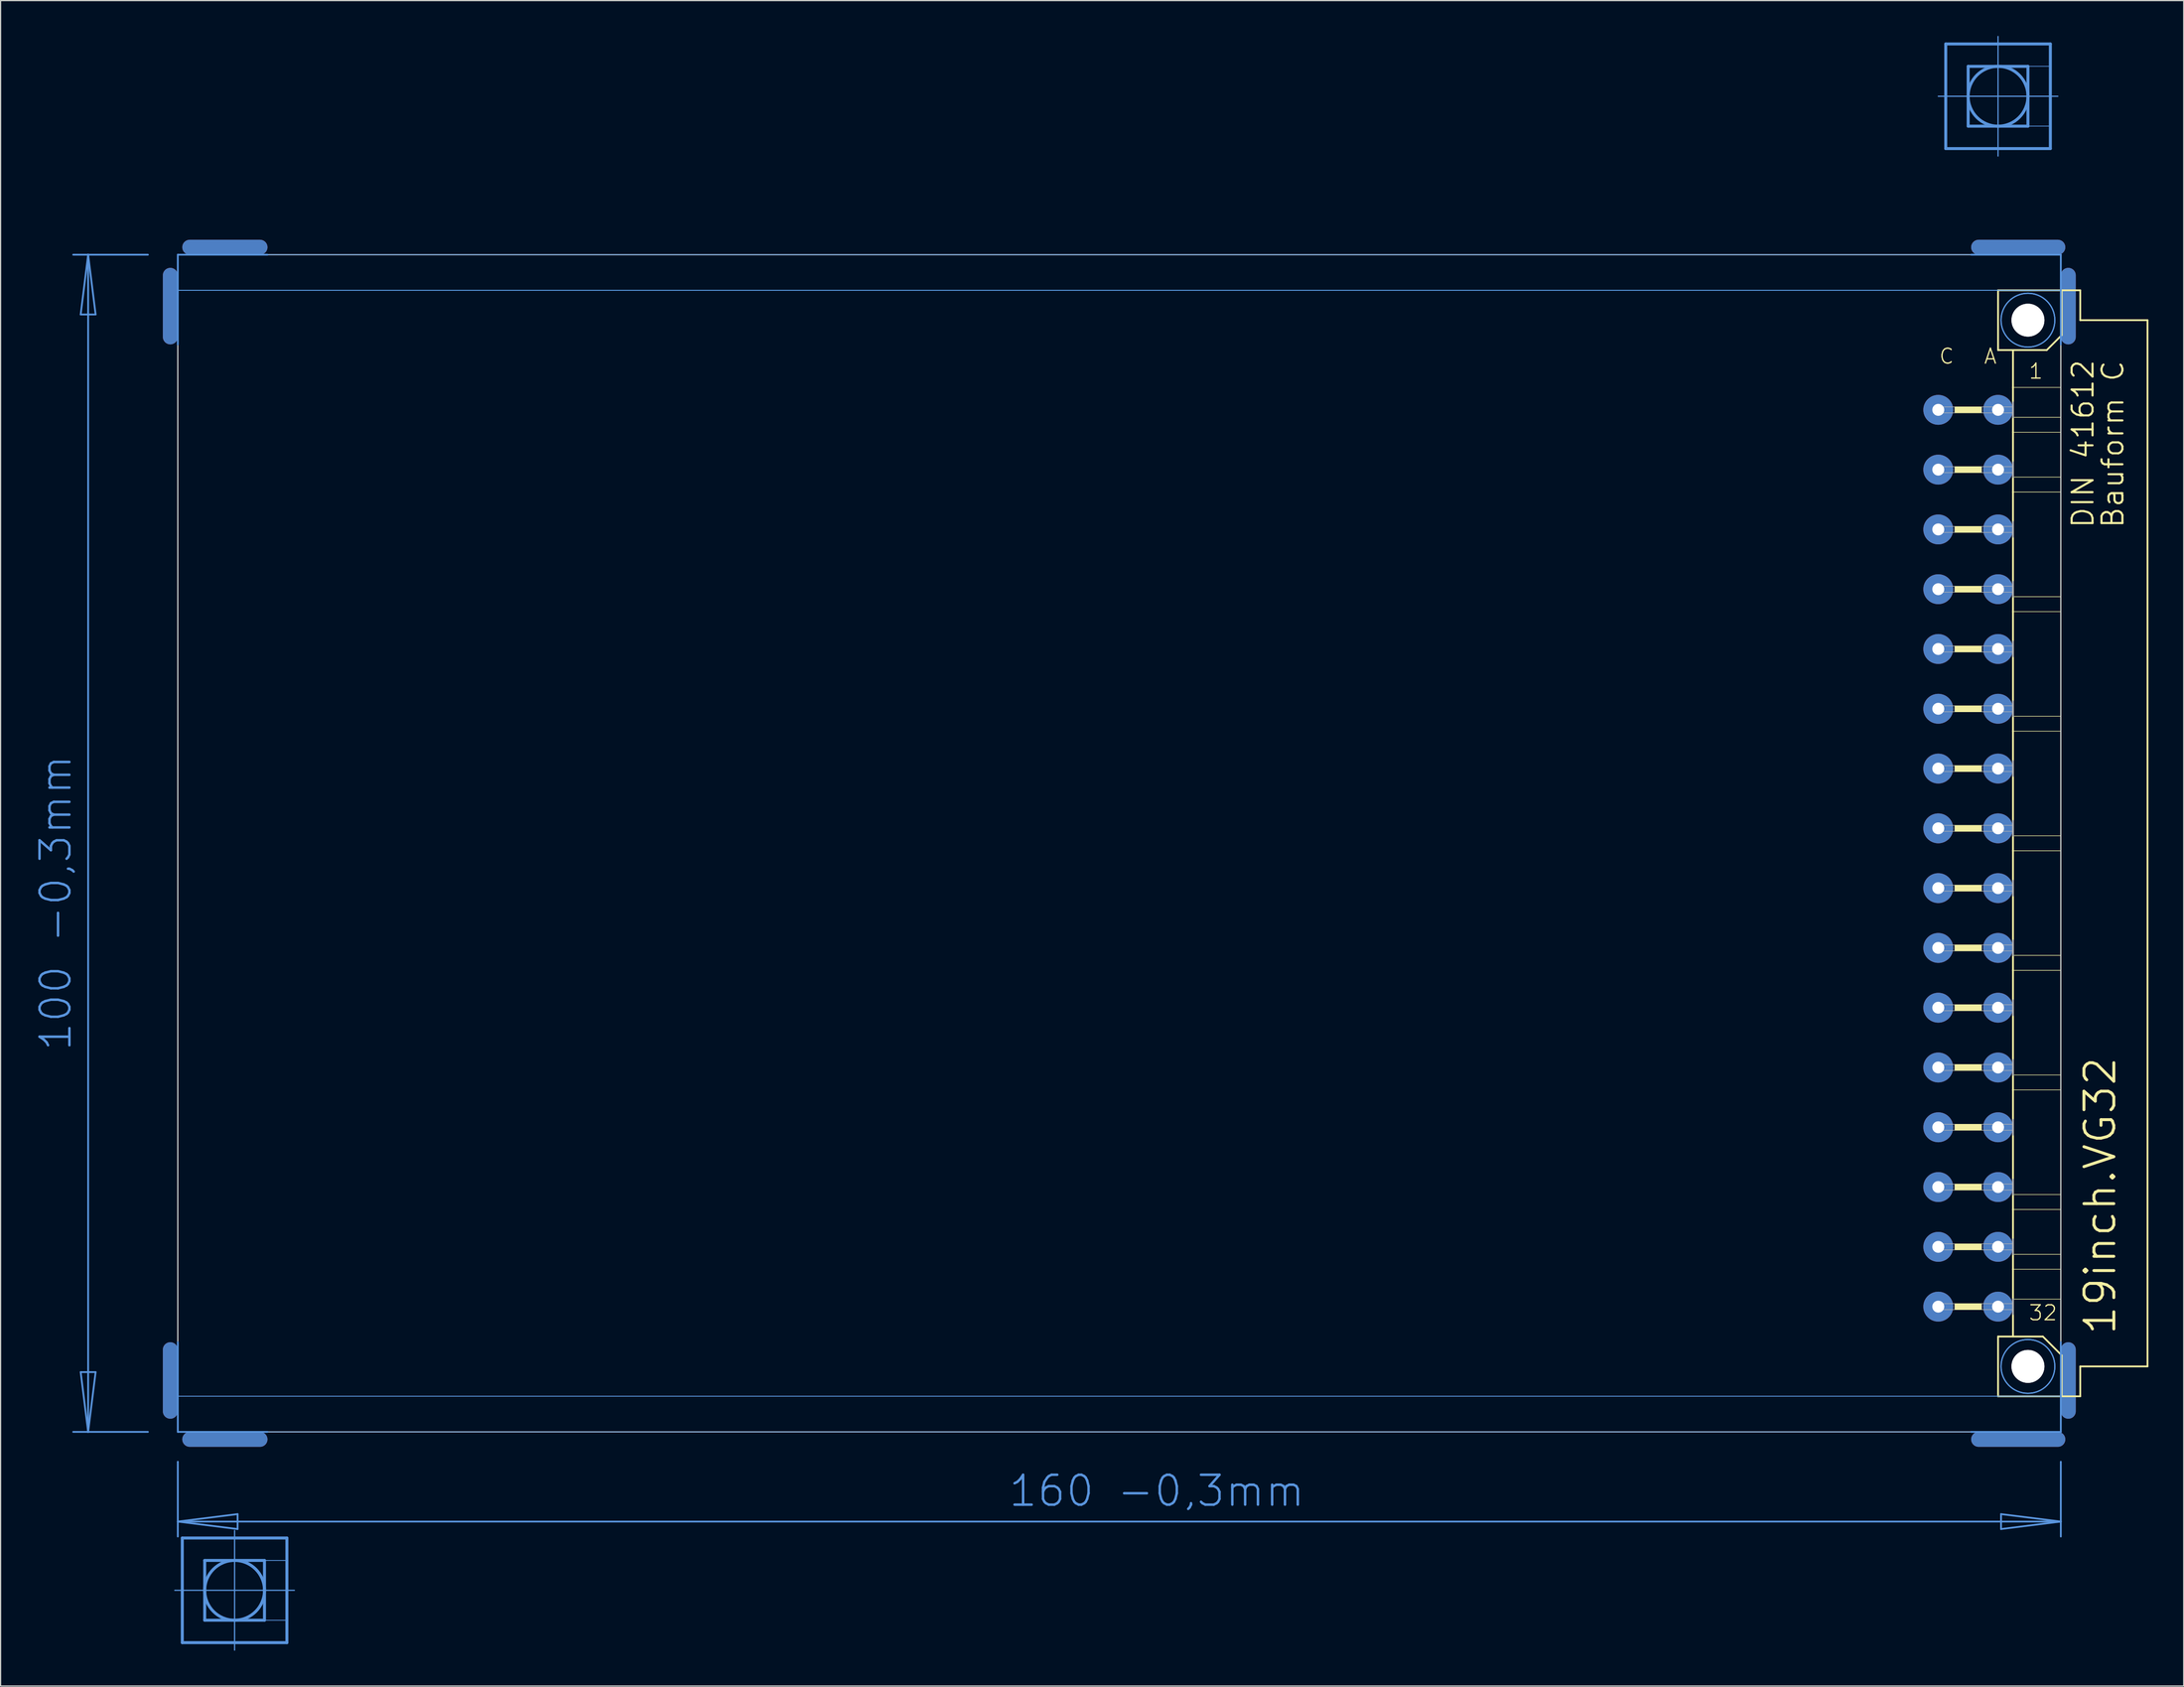
<source format=kicad_pcb>
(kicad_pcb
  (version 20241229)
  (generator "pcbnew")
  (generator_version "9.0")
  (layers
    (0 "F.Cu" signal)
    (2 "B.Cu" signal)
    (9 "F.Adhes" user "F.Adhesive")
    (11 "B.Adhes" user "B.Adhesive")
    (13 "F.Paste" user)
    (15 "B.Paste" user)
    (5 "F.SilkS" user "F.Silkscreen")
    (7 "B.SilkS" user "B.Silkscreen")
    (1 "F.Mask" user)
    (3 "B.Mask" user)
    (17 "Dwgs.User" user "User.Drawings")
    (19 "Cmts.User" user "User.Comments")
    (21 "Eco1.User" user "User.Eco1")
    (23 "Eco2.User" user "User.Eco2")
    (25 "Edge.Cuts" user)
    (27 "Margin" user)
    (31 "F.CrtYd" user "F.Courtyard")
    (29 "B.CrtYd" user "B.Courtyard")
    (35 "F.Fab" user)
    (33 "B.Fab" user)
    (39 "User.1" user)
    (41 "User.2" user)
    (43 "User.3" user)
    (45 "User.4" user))
  (footprint "19inch.VG32"
    (layer "F.Cu")
    (at 11.806 68.605)
    (property "Reference" "19inch.VG32" (at 165.1 41.91 90) (layer "F.SilkS") (effects (font (size 2.54 2.54) (thickness 0.25)) (justify left bottom)))
    (attr through_hole)
    (fp_line (start -0.381 -43.028) (end -0.381 -48.26) (stroke (width 1.27) (type default)) (layer "F.Cu"))
    (fp_line (start -0.381 43.028) (end -0.381 48.26) (stroke (width 1.27) (type default)) (layer "F.Cu"))
    (fp_line (start 7.239 -50.648) (end 1.27 -50.648) (stroke (width 1.27) (type default)) (layer "F.Cu"))
    (fp_line (start 7.239 50.648) (end 1.27 50.648) (stroke (width 1.27) (type default)) (layer "F.Cu"))
    (fp_line (start 153.289 -50.648) (end 160.02 -50.648) (stroke (width 1.27) (type default)) (layer "F.Cu"))
    (fp_line (start 153.289 50.648) (end 160.02 50.648) (stroke (width 1.27) (type default)) (layer "F.Cu"))
    (fp_line (start 160.909 -43.028) (end 160.909 -48.26) (stroke (width 1.27) (type default)) (layer "F.Cu"))
    (fp_line (start 160.909 43.028) (end 160.909 48.26) (stroke (width 1.27) (type default)) (layer "F.Cu"))
    (fp_line (start 0.254 -42.393) (end 0.254 -50.013) (stroke (width 0.152) (type default)) (layer "F.Mask"))
    (fp_line (start 0.254 42.393) (end 0.254 50.013) (stroke (width 0.152) (type default)) (layer "F.Mask"))
    (fp_line (start 7.874 -50.013) (end 0.254 -50.013) (stroke (width 0.152) (type default)) (layer "F.Mask"))
    (fp_line (start 7.874 50.013) (end 0.254 50.013) (stroke (width 0.152) (type default)) (layer "F.Mask"))
    (fp_line (start 152.654 -50.013) (end 160.274 -50.013) (stroke (width 0.152) (type default)) (layer "F.Mask"))
    (fp_line (start 152.654 50.013) (end 160.274 50.013) (stroke (width 0.152) (type default)) (layer "F.Mask"))
    (fp_line (start 160.274 -42.393) (end 160.274 -50.013) (stroke (width 0.152) (type default)) (layer "F.Mask"))
    (fp_line (start 160.274 42.393) (end 160.274 50.013) (stroke (width 0.152) (type default)) (layer "F.Mask"))
    (fp_line (start -0.381 -43.028) (end -0.381 -48.26) (stroke (width 1.27) (type default)) (layer "B.Cu"))
    (fp_line (start -0.381 43.028) (end -0.381 48.26) (stroke (width 1.27) (type default)) (layer "B.Cu"))
    (fp_line (start 7.239 -50.648) (end 1.27 -50.648) (stroke (width 1.27) (type default)) (layer "B.Cu"))
    (fp_line (start 7.239 50.648) (end 1.27 50.648) (stroke (width 1.27) (type default)) (layer "B.Cu"))
    (fp_line (start 153.289 -50.648) (end 160.02 -50.648) (stroke (width 1.27) (type default)) (layer "B.Cu"))
    (fp_line (start 153.289 50.648) (end 160.02 50.648) (stroke (width 1.27) (type default)) (layer "B.Cu"))
    (fp_line (start 160.909 -43.028) (end 160.909 -48.26) (stroke (width 1.27) (type default)) (layer "B.Cu"))
    (fp_line (start 160.909 43.028) (end 160.909 48.26) (stroke (width 1.27) (type default)) (layer "B.Cu"))
    (fp_line (start 0.254 -50.013) (end 7.874 -50.013) (stroke (width 0.152) (type default)) (layer "B.Mask"))
    (fp_line (start 0.254 -42.393) (end 0.254 -50.013) (stroke (width 0.152) (type default)) (layer "B.Mask"))
    (fp_line (start 0.254 50.013) (end 0.254 42.393) (stroke (width 0.152) (type default)) (layer "B.Mask"))
    (fp_line (start 7.874 50.013) (end 0.254 50.013) (stroke (width 0.152) (type default)) (layer "B.Mask"))
    (fp_line (start 152.654 -50.013) (end 160.274 -50.013) (stroke (width 0.152) (type default)) (layer "B.Mask"))
    (fp_line (start 160.274 -50.013) (end 160.274 -42.393) (stroke (width 0.152) (type default)) (layer "B.Mask"))
    (fp_line (start 160.274 42.393) (end 160.274 50.013) (stroke (width 0.152) (type default)) (layer "B.Mask"))
    (fp_line (start 160.274 50.013) (end 152.654 50.013) (stroke (width 0.152) (type default)) (layer "B.Mask"))
    (fp_line (start 154.94 -46.99) (end 154.94 -41.91) (stroke (width 0.152) (type default)) (layer "F.SilkS"))
    (fp_line (start 154.94 -41.91) (end 156.21 -41.91) (stroke (width 0.152) (type default)) (layer "F.SilkS"))
    (fp_line (start 154.94 41.91) (end 154.94 46.99) (stroke (width 0.152) (type default)) (layer "F.SilkS"))
    (fp_line (start 154.94 41.91) (end 156.21 41.91) (stroke (width 0.152) (type default)) (layer "F.SilkS"))
    (fp_line (start 154.94 46.99) (end 160.35 46.99) (stroke (width 0.152) (type default)) (layer "F.SilkS"))
    (fp_line (start 156.21 -41.91) (end 156.21 -38.735) (stroke (width 0.152) (type default)) (layer "F.SilkS"))
    (fp_line (start 156.21 -41.91) (end 159.08 -41.91) (stroke (width 0.152) (type default)) (layer "F.SilkS"))
    (fp_line (start 156.21 -38.735) (end 156.21 -37.465) (stroke (width 0.152) (type default)) (layer "F.SilkS"))
    (fp_line (start 156.21 -36.195) (end 156.21 -34.925) (stroke (width 0.152) (type default)) (layer "F.SilkS"))
    (fp_line (start 156.21 -32.385) (end 156.21 -34.925) (stroke (width 0.152) (type default)) (layer "F.SilkS"))
    (fp_line (start 156.21 -31.115) (end 156.21 -29.845) (stroke (width 0.152) (type default)) (layer "F.SilkS"))
    (fp_line (start 156.21 -27.305) (end 156.21 -29.845) (stroke (width 0.152) (type default)) (layer "F.SilkS"))
    (fp_line (start 156.21 -22.225) (end 156.21 -26.035) (stroke (width 0.152) (type default)) (layer "F.SilkS"))
    (fp_line (start 156.21 -20.955) (end 156.21 -19.685) (stroke (width 0.152) (type default)) (layer "F.SilkS"))
    (fp_line (start 156.21 -17.145) (end 156.21 -19.685) (stroke (width 0.152) (type default)) (layer "F.SilkS"))
    (fp_line (start 156.21 -12.065) (end 156.21 -15.875) (stroke (width 0.152) (type default)) (layer "F.SilkS"))
    (fp_line (start 156.21 -10.795) (end 156.21 -9.525) (stroke (width 0.152) (type default)) (layer "F.SilkS"))
    (fp_line (start 156.21 -6.985) (end 156.21 -9.525) (stroke (width 0.152) (type default)) (layer "F.SilkS"))
    (fp_line (start 156.21 -1.905) (end 156.21 -5.715) (stroke (width 0.152) (type default)) (layer "F.SilkS"))
    (fp_line (start 156.21 -0.635) (end 156.21 0.635) (stroke (width 0.152) (type default)) (layer "F.SilkS"))
    (fp_line (start 156.21 3.175) (end 156.21 0.635) (stroke (width 0.152) (type default)) (layer "F.SilkS"))
    (fp_line (start 156.21 8.255) (end 156.21 4.445) (stroke (width 0.152) (type default)) (layer "F.SilkS"))
    (fp_line (start 156.21 9.525) (end 156.21 10.795) (stroke (width 0.152) (type default)) (layer "F.SilkS"))
    (fp_line (start 156.21 13.335) (end 156.21 10.795) (stroke (width 0.152) (type default)) (layer "F.SilkS"))
    (fp_line (start 156.21 18.415) (end 156.21 14.605) (stroke (width 0.152) (type default)) (layer "F.SilkS"))
    (fp_line (start 156.21 19.685) (end 156.21 20.955) (stroke (width 0.152) (type default)) (layer "F.SilkS"))
    (fp_line (start 156.21 23.495) (end 156.21 20.955) (stroke (width 0.152) (type default)) (layer "F.SilkS"))
    (fp_line (start 156.21 28.575) (end 156.21 24.765) (stroke (width 0.152) (type default)) (layer "F.SilkS"))
    (fp_line (start 156.21 29.845) (end 156.21 31.115) (stroke (width 0.152) (type default)) (layer "F.SilkS"))
    (fp_line (start 156.21 33.655) (end 156.21 31.115) (stroke (width 0.152) (type default)) (layer "F.SilkS"))
    (fp_line (start 156.21 34.925) (end 156.21 36.195) (stroke (width 0.152) (type default)) (layer "F.SilkS"))
    (fp_line (start 156.21 36.195) (end 156.21 38.735) (stroke (width 0.152) (type default)) (layer "F.SilkS"))
    (fp_line (start 156.21 40.005) (end 156.21 41.91) (stroke (width 0.152) (type default)) (layer "F.SilkS"))
    (fp_line (start 156.21 41.91) (end 158.75 41.91) (stroke (width 0.152) (type default)) (layer "F.SilkS"))
    (fp_line (start 159.08 -41.91) (end 160.35 -43.18) (stroke (width 0.152) (type default)) (layer "F.SilkS"))
    (fp_line (start 160.274 -38.735) (end 156.21 -38.735) (stroke (width 0.051) (type default)) (layer "F.SilkS"))
    (fp_line (start 160.274 -38.735) (end 160.274 -36.195) (stroke (width 0.051) (type default)) (layer "F.SilkS"))
    (fp_line (start 160.274 -36.195) (end 156.21 -36.195) (stroke (width 0.051) (type default)) (layer "F.SilkS"))
    (fp_line (start 160.274 -34.925) (end 156.21 -34.925) (stroke (width 0.051) (type default)) (layer "F.SilkS"))
    (fp_line (start 160.274 -34.925) (end 160.274 -31.115) (stroke (width 0.051) (type default)) (layer "F.SilkS"))
    (fp_line (start 160.274 -31.115) (end 156.21 -31.115) (stroke (width 0.051) (type default)) (layer "F.SilkS"))
    (fp_line (start 160.274 -29.845) (end 156.21 -29.845) (stroke (width 0.051) (type default)) (layer "F.SilkS"))
    (fp_line (start 160.274 -29.845) (end 160.274 -20.955) (stroke (width 0.051) (type default)) (layer "F.SilkS"))
    (fp_line (start 160.274 -20.955) (end 156.21 -20.955) (stroke (width 0.051) (type default)) (layer "F.SilkS"))
    (fp_line (start 160.274 -19.685) (end 156.21 -19.685) (stroke (width 0.051) (type default)) (layer "F.SilkS"))
    (fp_line (start 160.274 -19.685) (end 160.274 -10.795) (stroke (width 0.051) (type default)) (layer "F.SilkS"))
    (fp_line (start 160.274 -10.795) (end 156.21 -10.795) (stroke (width 0.051) (type default)) (layer "F.SilkS"))
    (fp_line (start 160.274 -9.525) (end 156.21 -9.525) (stroke (width 0.051) (type default)) (layer "F.SilkS"))
    (fp_line (start 160.274 -9.525) (end 160.274 -0.635) (stroke (width 0.051) (type default)) (layer "F.SilkS"))
    (fp_line (start 160.274 -0.635) (end 156.21 -0.635) (stroke (width 0.051) (type default)) (layer "F.SilkS"))
    (fp_line (start 160.274 0.635) (end 156.21 0.635) (stroke (width 0.051) (type default)) (layer "F.SilkS"))
    (fp_line (start 160.274 0.635) (end 160.274 9.525) (stroke (width 0.051) (type default)) (layer "F.SilkS"))
    (fp_line (start 160.274 9.525) (end 156.21 9.525) (stroke (width 0.051) (type default)) (layer "F.SilkS"))
    (fp_line (start 160.274 10.795) (end 156.21 10.795) (stroke (width 0.051) (type default)) (layer "F.SilkS"))
    (fp_line (start 160.274 10.795) (end 160.274 19.685) (stroke (width 0.051) (type default)) (layer "F.SilkS"))
    (fp_line (start 160.274 19.685) (end 156.21 19.685) (stroke (width 0.051) (type default)) (layer "F.SilkS"))
    (fp_line (start 160.274 20.955) (end 156.21 20.955) (stroke (width 0.051) (type default)) (layer "F.SilkS"))
    (fp_line (start 160.274 20.955) (end 160.274 29.845) (stroke (width 0.051) (type default)) (layer "F.SilkS"))
    (fp_line (start 160.274 29.845) (end 156.21 29.845) (stroke (width 0.051) (type default)) (layer "F.SilkS"))
    (fp_line (start 160.274 31.115) (end 156.21 31.115) (stroke (width 0.051) (type default)) (layer "F.SilkS"))
    (fp_line (start 160.274 31.115) (end 160.274 34.925) (stroke (width 0.051) (type default)) (layer "F.SilkS"))
    (fp_line (start 160.274 34.925) (end 156.21 34.925) (stroke (width 0.051) (type default)) (layer "F.SilkS"))
    (fp_line (start 160.274 36.195) (end 156.21 36.195) (stroke (width 0.051) (type default)) (layer "F.SilkS"))
    (fp_line (start 160.274 36.195) (end 160.274 38.735) (stroke (width 0.051) (type default)) (layer "F.SilkS"))
    (fp_line (start 160.274 38.735) (end 156.21 38.735) (stroke (width 0.051) (type default)) (layer "F.SilkS"))
    (fp_line (start 160.35 -46.99) (end 154.94 -46.99) (stroke (width 0.152) (type default)) (layer "F.SilkS"))
    (fp_line (start 160.35 -43.18) (end 160.35 -46.99) (stroke (width 0.152) (type default)) (layer "F.SilkS"))
    (fp_line (start 160.35 43.51) (end 158.75 41.91) (stroke (width 0.152) (type default)) (layer "F.SilkS"))
    (fp_line (start 160.35 43.51) (end 160.35 46.99) (stroke (width 0.152) (type default)) (layer "F.SilkS"))
    (fp_line (start 160.35 46.99) (end 161.925 46.99) (stroke (width 0.152) (type default)) (layer "F.SilkS"))
    (fp_line (start 161.925 -46.99) (end 160.35 -46.99) (stroke (width 0.152) (type default)) (layer "F.SilkS"))
    (fp_line (start 161.925 -44.45) (end 161.925 -46.99) (stroke (width 0.152) (type default)) (layer "F.SilkS"))
    (fp_line (start 161.925 44.45) (end 167.64 44.45) (stroke (width 0.152) (type default)) (layer "F.SilkS"))
    (fp_line (start 161.925 46.99) (end 161.925 44.45) (stroke (width 0.152) (type default)) (layer "F.SilkS"))
    (fp_line (start 167.64 -44.45) (end 161.925 -44.45) (stroke (width 0.152) (type default)) (layer "F.SilkS"))
    (fp_line (start 167.64 44.45) (end 167.64 -44.45) (stroke (width 0.152) (type default)) (layer "F.SilkS"))
    (fp_rect (start 151.257 -36.576) (end 153.543 -37.084) (stroke (width 0.05) (type default)) (fill yes) (layer "F.SilkS"))
    (fp_rect (start 151.257 -31.496) (end 153.543 -32.004) (stroke (width 0.05) (type default)) (fill yes) (layer "F.SilkS"))
    (fp_rect (start 151.257 -26.416) (end 153.543 -26.924) (stroke (width 0.05) (type default)) (fill yes) (layer "F.SilkS"))
    (fp_rect (start 151.257 -21.336) (end 153.543 -21.844) (stroke (width 0.05) (type default)) (fill yes) (layer "F.SilkS"))
    (fp_rect (start 151.257 -16.256) (end 153.543 -16.764) (stroke (width 0.05) (type default)) (fill yes) (layer "F.SilkS"))
    (fp_rect (start 151.257 -11.176) (end 153.543 -11.684) (stroke (width 0.05) (type default)) (fill yes) (layer "F.SilkS"))
    (fp_rect (start 151.257 -6.096) (end 153.543 -6.604) (stroke (width 0.05) (type default)) (fill yes) (layer "F.SilkS"))
    (fp_rect (start 151.257 -1.016) (end 153.543 -1.524) (stroke (width 0.05) (type default)) (fill yes) (layer "F.SilkS"))
    (fp_rect (start 151.257 4.064) (end 153.543 3.556) (stroke (width 0.05) (type default)) (fill yes) (layer "F.SilkS"))
    (fp_rect (start 151.257 9.144) (end 153.543 8.636) (stroke (width 0.05) (type default)) (fill yes) (layer "F.SilkS"))
    (fp_rect (start 151.257 14.224) (end 153.543 13.716) (stroke (width 0.05) (type default)) (fill yes) (layer "F.SilkS"))
    (fp_rect (start 151.257 19.304) (end 153.543 18.796) (stroke (width 0.05) (type default)) (fill yes) (layer "F.SilkS"))
    (fp_rect (start 151.257 24.384) (end 153.543 23.876) (stroke (width 0.05) (type default)) (fill yes) (layer "F.SilkS"))
    (fp_rect (start 151.257 29.464) (end 153.543 28.956) (stroke (width 0.05) (type default)) (fill yes) (layer "F.SilkS"))
    (fp_rect (start 151.257 34.544) (end 153.543 34.036) (stroke (width 0.05) (type default)) (fill yes) (layer "F.SilkS"))
    (fp_rect (start 151.257 39.624) (end 153.543 39.116) (stroke (width 0.05) (type default)) (fill yes) (layer "F.SilkS"))
    (fp_circle (center 157.48 -44.45) (end 158.75 -44.45) (stroke (width 0.152) (type default)) (fill no) (layer "F.SilkS"))
    (fp_circle (center 157.48 44.45) (end 158.75 44.45) (stroke (width 0.152) (type default)) (fill no) (layer "F.SilkS"))
    (fp_line (start -8.636 -50.013) (end -7.366 -50.013) (stroke (width 0.152) (type default)) (layer "Cmts.User"))
    (fp_line (start -8.636 50.013) (end -7.366 50.013) (stroke (width 0.152) (type default)) (layer "Cmts.User"))
    (fp_line (start -8.001 -44.933) (end -7.366 -50.013) (stroke (width 0.152) (type default)) (layer "Cmts.User"))
    (fp_line (start -8.001 44.933) (end -6.731 44.933) (stroke (width 0.152) (type default)) (layer "Cmts.User"))
    (fp_line (start -7.366 -50.013) (end -6.731 -44.933) (stroke (width 0.152) (type default)) (layer "Cmts.User"))
    (fp_line (start -7.366 -50.013) (end -2.286 -50.013) (stroke (width 0.152) (type default)) (layer "Cmts.User"))
    (fp_line (start -7.366 50.013) (end -8.001 44.933) (stroke (width 0.152) (type default)) (layer "Cmts.User"))
    (fp_line (start -7.366 50.013) (end -7.366 -50.013) (stroke (width 0.152) (type default)) (layer "Cmts.User"))
    (fp_line (start -7.366 50.013) (end -2.286 50.013) (stroke (width 0.152) (type default)) (layer "Cmts.User"))
    (fp_line (start -6.731 -44.933) (end -8.001 -44.933) (stroke (width 0.152) (type default)) (layer "Cmts.User"))
    (fp_line (start -6.731 44.933) (end -7.366 50.013) (stroke (width 0.152) (type default)) (layer "Cmts.User"))
    (fp_line (start 0 63.475) (end 0.635 63.475) (stroke (width 0.102) (type default)) (layer "Cmts.User"))
    (fp_line (start 0.254 -50.013) (end 7.874 -50.013) (stroke (width 0.152) (type default)) (layer "Cmts.User"))
    (fp_line (start 0.254 -42.393) (end 0.254 -50.013) (stroke (width 0.152) (type default)) (layer "Cmts.User"))
    (fp_line (start 0.254 50.013) (end 0.254 42.393) (stroke (width 0.152) (type default)) (layer "Cmts.User"))
    (fp_line (start 0.254 57.633) (end 0.254 52.553) (stroke (width 0.152) (type default)) (layer "Cmts.User"))
    (fp_line (start 0.254 57.633) (end 5.334 56.998) (stroke (width 0.152) (type default)) (layer "Cmts.User"))
    (fp_line (start 0.254 57.633) (end 160.274 57.633) (stroke (width 0.152) (type default)) (layer "Cmts.User"))
    (fp_line (start 0.254 58.903) (end 0.254 57.633) (stroke (width 0.152) (type default)) (layer "Cmts.User"))
    (fp_line (start 0.635 59.03) (end 9.525 59.03) (stroke (width 0.254) (type default)) (layer "Cmts.User"))
    (fp_line (start 0.635 63.475) (end 0.635 59.03) (stroke (width 0.254) (type default)) (layer "Cmts.User"))
    (fp_line (start 0.635 63.475) (end 10.16 63.475) (stroke (width 0.102) (type default)) (layer "Cmts.User"))
    (fp_line (start 0.635 67.92) (end 0.635 63.475) (stroke (width 0.254) (type default)) (layer "Cmts.User"))
    (fp_line (start 2.54 60.935) (end 2.54 66.015) (stroke (width 0.254) (type default)) (layer "Cmts.User"))
    (fp_line (start 2.54 66.015) (end 7.62 66.015) (stroke (width 0.254) (type default)) (layer "Cmts.User"))
    (fp_line (start 5.08 68.555) (end 5.08 58.395) (stroke (width 0.102) (type default)) (layer "Cmts.User"))
    (fp_line (start 5.334 56.998) (end 5.334 58.268) (stroke (width 0.152) (type default)) (layer "Cmts.User"))
    (fp_line (start 5.334 58.268) (end 0.254 57.633) (stroke (width 0.152) (type default)) (layer "Cmts.User"))
    (fp_line (start 7.62 60.935) (end 2.54 60.935) (stroke (width 0.254) (type default)) (layer "Cmts.User"))
    (fp_line (start 7.62 66.015) (end 7.62 60.935) (stroke (width 0.254) (type default)) (layer "Cmts.User"))
    (fp_line (start 7.874 50.013) (end 0.254 50.013) (stroke (width 0.152) (type default)) (layer "Cmts.User"))
    (fp_line (start 9.525 59.03) (end 9.525 67.92) (stroke (width 0.254) (type default)) (layer "Cmts.User"))
    (fp_line (start 9.525 67.92) (end 0.635 67.92) (stroke (width 0.254) (type default)) (layer "Cmts.User"))
    (fp_line (start 149.86 -63.475) (end 150.495 -63.475) (stroke (width 0.102) (type default)) (layer "Cmts.User"))
    (fp_line (start 150.495 -67.92) (end 159.385 -67.92) (stroke (width 0.254) (type default)) (layer "Cmts.User"))
    (fp_line (start 150.495 -63.475) (end 150.495 -67.92) (stroke (width 0.254) (type default)) (layer "Cmts.User"))
    (fp_line (start 150.495 -63.475) (end 160.02 -63.475) (stroke (width 0.102) (type default)) (layer "Cmts.User"))
    (fp_line (start 150.495 -59.03) (end 150.495 -63.475) (stroke (width 0.254) (type default)) (layer "Cmts.User"))
    (fp_line (start 152.4 -66.015) (end 152.4 -60.935) (stroke (width 0.254) (type default)) (layer "Cmts.User"))
    (fp_line (start 152.4 -60.935) (end 157.48 -60.935) (stroke (width 0.254) (type default)) (layer "Cmts.User"))
    (fp_line (start 152.654 -50.013) (end 160.274 -50.013) (stroke (width 0.152) (type default)) (layer "Cmts.User"))
    (fp_line (start 154.94 -58.395) (end 154.94 -68.555) (stroke (width 0.102) (type default)) (layer "Cmts.User"))
    (fp_line (start 155.194 56.998) (end 160.274 57.633) (stroke (width 0.152) (type default)) (layer "Cmts.User"))
    (fp_line (start 155.194 58.268) (end 155.194 56.998) (stroke (width 0.152) (type default)) (layer "Cmts.User"))
    (fp_line (start 157.48 -66.015) (end 152.4 -66.015) (stroke (width 0.254) (type default)) (layer "Cmts.User"))
    (fp_line (start 157.48 -60.935) (end 157.48 -66.015) (stroke (width 0.254) (type default)) (layer "Cmts.User"))
    (fp_line (start 159.385 -67.92) (end 159.385 -59.03) (stroke (width 0.254) (type default)) (layer "Cmts.User"))
    (fp_line (start 159.385 -59.03) (end 150.495 -59.03) (stroke (width 0.254) (type default)) (layer "Cmts.User"))
    (fp_line (start 160.274 -50.013) (end 160.274 -42.393) (stroke (width 0.152) (type default)) (layer "Cmts.User"))
    (fp_line (start 160.274 42.393) (end 160.274 50.013) (stroke (width 0.152) (type default)) (layer "Cmts.User"))
    (fp_line (start 160.274 50.013) (end 152.654 50.013) (stroke (width 0.152) (type default)) (layer "Cmts.User"))
    (fp_line (start 160.274 57.633) (end 155.194 58.268) (stroke (width 0.152) (type default)) (layer "Cmts.User"))
    (fp_line (start 160.274 57.633) (end 160.274 52.553) (stroke (width 0.152) (type default)) (layer "Cmts.User"))
    (fp_line (start 160.274 58.903) (end 160.274 57.633) (stroke (width 0.152) (type default)) (layer "Cmts.User"))
    (fp_rect (start 0.254 -46.99) (end 160.274 -50.013) (stroke (width 0.05) (type default)) (fill no) (layer "Cmts.User"))
    (fp_rect (start 0.254 50.013) (end 160.274 46.99) (stroke (width 0.05) (type default)) (fill no) (layer "Cmts.User"))
    (fp_rect (start 5.08 60.935) (end 9.525 59.03) (stroke (width 0.05) (type default)) (fill no) (layer "Cmts.User"))
    (fp_rect (start 5.08 67.92) (end 9.525 66.015) (stroke (width 0.05) (type default)) (fill no) (layer "Cmts.User"))
    (fp_rect (start 7.62 66.015) (end 9.525 60.935) (stroke (width 0.05) (type default)) (fill no) (layer "Cmts.User"))
    (fp_rect (start 154.94 -66.015) (end 159.385 -67.92) (stroke (width 0.05) (type default)) (fill no) (layer "Cmts.User"))
    (fp_rect (start 154.94 -59.03) (end 159.385 -60.935) (stroke (width 0.05) (type default)) (fill no) (layer "Cmts.User"))
    (fp_rect (start 157.48 -60.935) (end 159.385 -66.015) (stroke (width 0.05) (type default)) (fill no) (layer "Cmts.User"))
    (fp_circle (center 5.08 63.475) (end 7.62 63.475) (stroke (width 0.254) (type default)) (fill no) (layer "Cmts.User"))
    (fp_circle (center 154.94 -63.475) (end 157.48 -63.475) (stroke (width 0.254) (type default)) (fill no) (layer "Cmts.User"))
    (fp_circle (center 157.48 -44.45) (end 159.766 -44.45) (stroke (width 0.1) (type default)) (fill no) (layer "Cmts.User"))
    (fp_circle (center 157.48 -44.45) (end 159.766 -44.45) (stroke (width 0.1) (type default)) (fill no) (layer "Cmts.User"))
    (fp_circle (center 157.48 44.45) (end 159.766 44.45) (stroke (width 0.1) (type default)) (fill no) (layer "Cmts.User"))
    (fp_circle (center 157.48 44.45) (end 159.766 44.45) (stroke (width 0.1) (type default)) (fill no) (layer "Cmts.User"))
    (fp_line (start 0.254 -50.013) (end 0.254 50.013) (stroke (width 0.1) (type default)) (layer "Edge.Cuts"))
    (fp_line (start 0.254 50.013) (end 160.274 50.013) (stroke (width 0.1) (type default)) (layer "Edge.Cuts"))
    (fp_line (start 160.274 -50.013) (end 0.254 -50.013) (stroke (width 0.1) (type default)) (layer "Edge.Cuts"))
    (fp_line (start 160.274 50.013) (end 160.274 -50.013) (stroke (width 0.1) (type default)) (layer "Edge.Cuts"))
    (fp_rect (start 0.254 -46.99) (end 160.274 -50.013) (stroke (width 0.05) (type default)) (fill no) (layer "B.CrtYd"))
    (fp_rect (start 0.254 50.013) (end 160.274 46.99) (stroke (width 0.05) (type default)) (fill no) (layer "B.CrtYd"))
    (fp_rect (start 0.254 -46.99) (end 160.274 -50.013) (stroke (width 0.05) (type default)) (fill no) (layer "F.CrtYd"))
    (fp_rect (start 0.254 50.013) (end 160.274 46.99) (stroke (width 0.05) (type default)) (fill no) (layer "F.CrtYd"))
    (fp_line (start 156.21 -36.195) (end 156.21 -37.465) (stroke (width 0.152) (type default)) (layer "F.Fab"))
    (fp_line (start 156.21 -31.115) (end 156.21 -32.385) (stroke (width 0.152) (type default)) (layer "F.Fab"))
    (fp_line (start 156.21 -26.035) (end 156.21 -27.305) (stroke (width 0.152) (type default)) (layer "F.Fab"))
    (fp_line (start 156.21 -20.955) (end 156.21 -22.225) (stroke (width 0.152) (type default)) (layer "F.Fab"))
    (fp_line (start 156.21 -15.875) (end 156.21 -17.145) (stroke (width 0.152) (type default)) (layer "F.Fab"))
    (fp_line (start 156.21 -10.795) (end 156.21 -12.065) (stroke (width 0.152) (type default)) (layer "F.Fab"))
    (fp_line (start 156.21 -5.715) (end 156.21 -6.985) (stroke (width 0.152) (type default)) (layer "F.Fab"))
    (fp_line (start 156.21 -0.635) (end 156.21 -1.905) (stroke (width 0.152) (type default)) (layer "F.Fab"))
    (fp_line (start 156.21 4.445) (end 156.21 3.175) (stroke (width 0.152) (type default)) (layer "F.Fab"))
    (fp_line (start 156.21 9.525) (end 156.21 8.255) (stroke (width 0.152) (type default)) (layer "F.Fab"))
    (fp_line (start 156.21 14.605) (end 156.21 13.335) (stroke (width 0.152) (type default)) (layer "F.Fab"))
    (fp_line (start 156.21 19.685) (end 156.21 18.415) (stroke (width 0.152) (type default)) (layer "F.Fab"))
    (fp_line (start 156.21 24.765) (end 156.21 23.495) (stroke (width 0.152) (type default)) (layer "F.Fab"))
    (fp_line (start 156.21 29.845) (end 156.21 28.575) (stroke (width 0.152) (type default)) (layer "F.Fab"))
    (fp_line (start 156.21 34.925) (end 156.21 33.655) (stroke (width 0.152) (type default)) (layer "F.Fab"))
    (fp_line (start 156.21 40.005) (end 156.21 38.735) (stroke (width 0.152) (type default)) (layer "F.Fab"))
    (fp_rect (start 149.606 -36.576) (end 151.257 -37.084) (stroke (width 0.05) (type default)) (fill no) (layer "F.Fab"))
    (fp_rect (start 149.606 -31.496) (end 151.257 -32.004) (stroke (width 0.05) (type default)) (fill no) (layer "F.Fab"))
    (fp_rect (start 149.606 -26.416) (end 151.257 -26.924) (stroke (width 0.05) (type default)) (fill no) (layer "F.Fab"))
    (fp_rect (start 149.606 -21.336) (end 151.257 -21.844) (stroke (width 0.05) (type default)) (fill no) (layer "F.Fab"))
    (fp_rect (start 149.606 -16.256) (end 151.257 -16.764) (stroke (width 0.05) (type default)) (fill no) (layer "F.Fab"))
    (fp_rect (start 149.606 -11.176) (end 151.257 -11.684) (stroke (width 0.05) (type default)) (fill no) (layer "F.Fab"))
    (fp_rect (start 149.606 -6.096) (end 151.257 -6.604) (stroke (width 0.05) (type default)) (fill no) (layer "F.Fab"))
    (fp_rect (start 149.606 -1.016) (end 151.257 -1.524) (stroke (width 0.05) (type default)) (fill no) (layer "F.Fab"))
    (fp_rect (start 149.606 4.064) (end 151.257 3.556) (stroke (width 0.05) (type default)) (fill no) (layer "F.Fab"))
    (fp_rect (start 149.606 9.144) (end 151.257 8.636) (stroke (width 0.05) (type default)) (fill no) (layer "F.Fab"))
    (fp_rect (start 149.606 14.224) (end 151.257 13.716) (stroke (width 0.05) (type default)) (fill no) (layer "F.Fab"))
    (fp_rect (start 149.606 19.304) (end 151.257 18.796) (stroke (width 0.05) (type default)) (fill no) (layer "F.Fab"))
    (fp_rect (start 149.606 24.384) (end 151.257 23.876) (stroke (width 0.05) (type default)) (fill no) (layer "F.Fab"))
    (fp_rect (start 149.606 29.464) (end 151.257 28.956) (stroke (width 0.05) (type default)) (fill no) (layer "F.Fab"))
    (fp_rect (start 149.606 34.544) (end 151.257 34.036) (stroke (width 0.05) (type default)) (fill no) (layer "F.Fab"))
    (fp_rect (start 149.606 39.624) (end 151.257 39.116) (stroke (width 0.05) (type default)) (fill no) (layer "F.Fab"))
    (fp_rect (start 153.543 -36.576) (end 156.21 -37.084) (stroke (width 0.05) (type default)) (fill no) (layer "F.Fab"))
    (fp_rect (start 153.543 -31.496) (end 156.21 -32.004) (stroke (width 0.05) (type default)) (fill no) (layer "F.Fab"))
    (fp_rect (start 153.543 -26.416) (end 156.21 -26.924) (stroke (width 0.05) (type default)) (fill no) (layer "F.Fab"))
    (fp_rect (start 153.543 -21.336) (end 156.21 -21.844) (stroke (width 0.05) (type default)) (fill no) (layer "F.Fab"))
    (fp_rect (start 153.543 -16.256) (end 156.21 -16.764) (stroke (width 0.05) (type default)) (fill no) (layer "F.Fab"))
    (fp_rect (start 153.543 -11.176) (end 156.21 -11.684) (stroke (width 0.05) (type default)) (fill no) (layer "F.Fab"))
    (fp_rect (start 153.543 -6.096) (end 156.21 -6.604) (stroke (width 0.05) (type default)) (fill no) (layer "F.Fab"))
    (fp_rect (start 153.543 -1.016) (end 156.21 -1.524) (stroke (width 0.05) (type default)) (fill no) (layer "F.Fab"))
    (fp_rect (start 153.543 4.064) (end 156.21 3.556) (stroke (width 0.05) (type default)) (fill no) (layer "F.Fab"))
    (fp_rect (start 153.543 9.144) (end 156.21 8.636) (stroke (width 0.05) (type default)) (fill no) (layer "F.Fab"))
    (fp_rect (start 153.543 14.224) (end 156.21 13.716) (stroke (width 0.05) (type default)) (fill no) (layer "F.Fab"))
    (fp_rect (start 153.543 19.304) (end 156.21 18.796) (stroke (width 0.05) (type default)) (fill no) (layer "F.Fab"))
    (fp_rect (start 153.543 24.384) (end 156.21 23.876) (stroke (width 0.05) (type default)) (fill no) (layer "F.Fab"))
    (fp_rect (start 153.543 29.464) (end 156.21 28.956) (stroke (width 0.05) (type default)) (fill no) (layer "F.Fab"))
    (fp_rect (start 153.543 34.544) (end 156.21 34.036) (stroke (width 0.05) (type default)) (fill no) (layer "F.Fab"))
    (fp_rect (start 153.543 39.624) (end 156.21 39.116) (stroke (width 0.05) (type default)) (fill no) (layer "F.Fab"))
    (fp_text user "C" (at 149.86 -40.64 0) (layer "F.SilkS") (effects (font (size 1.27 1.27) (thickness 0.11)) (justify left bottom)))
    (fp_text user "Bauform C" (at 165.735 -26.67 90) (layer "F.SilkS") (effects (font (size 1.778 1.778) (thickness 0.18)) (justify left bottom)))
    (fp_text user "A" (at 153.67 -40.64 0) (layer "F.SilkS") (effects (font (size 1.27 1.27) (thickness 0.11)) (justify left bottom)))
    (fp_text user "1" (at 157.48 -39.37 0) (layer "F.SilkS") (effects (font (size 1.27 1.27) (thickness 0.11)) (justify left bottom)))
    (fp_text user "32" (at 157.48 40.64 0) (layer "F.SilkS") (effects (font (size 1.27 1.27) (thickness 0.11)) (justify left bottom)))
    (fp_text user "DIN 41612" (at 163.195 -26.67 90) (layer "F.SilkS") (effects (font (size 1.778 1.778) (thickness 0.18)) (justify left bottom)))
    (fp_text user "100 -0,3mm" (at -8.636 17.78 90) (layer "Cmts.User") (effects (font (size 2.54 2.54) (thickness 0.21)) (justify left bottom)))
    (fp_text user "160 -0,3mm" (at 70.739 56.515 0) (layer "Cmts.User") (effects (font (size 2.54 2.54) (thickness 0.21)) (justify left bottom)))
    (pad "" np_thru_hole circle (at 157.48 -44.45) (size 2.794 2.794) (drill 2.794) (layers "*.Cu" "*.Mask"))
    (pad "" np_thru_hole circle (at 157.48 -44.45) (size 2.794 2.794) (drill 2.794) (layers "*.Cu" "*.Mask"))
    (pad "" np_thru_hole circle (at 157.48 44.45) (size 2.794 2.794) (drill 2.794) (layers "*.Cu" "*.Mask"))
    (pad "" np_thru_hole circle (at 157.48 44.45) (size 2.794 2.794) (drill 2.794) (layers "*.Cu" "*.Mask"))
    (pad "A2" thru_hole circle (at 154.94 -36.83) (size 2.54 2.54) (drill 1.016) (layers "*.Cu" "*.Mask"))
    (pad "A4" thru_hole circle (at 154.94 -31.75) (size 2.54 2.54) (drill 1.016) (layers "*.Cu" "*.Mask"))
    (pad "A6" thru_hole circle (at 154.94 -26.67) (size 2.54 2.54) (drill 1.016) (layers "*.Cu" "*.Mask"))
    (pad "A8" thru_hole circle (at 154.94 -21.59) (size 2.54 2.54) (drill 1.016) (layers "*.Cu" "*.Mask"))
    (pad "A10" thru_hole circle (at 154.94 -16.51) (size 2.54 2.54) (drill 1.016) (layers "*.Cu" "*.Mask"))
    (pad "A12" thru_hole circle (at 154.94 -11.43) (size 2.54 2.54) (drill 1.016) (layers "*.Cu" "*.Mask"))
    (pad "A14" thru_hole circle (at 154.94 -6.35) (size 2.54 2.54) (drill 1.016) (layers "*.Cu" "*.Mask"))
    (pad "A16" thru_hole circle (at 154.94 -1.27) (size 2.54 2.54) (drill 1.016) (layers "*.Cu" "*.Mask"))
    (pad "A18" thru_hole circle (at 154.94 3.81) (size 2.54 2.54) (drill 1.016) (layers "*.Cu" "*.Mask"))
    (pad "A20" thru_hole circle (at 154.94 8.89) (size 2.54 2.54) (drill 1.016) (layers "*.Cu" "*.Mask"))
    (pad "A22" thru_hole circle (at 154.94 13.97) (size 2.54 2.54) (drill 1.016) (layers "*.Cu" "*.Mask"))
    (pad "A24" thru_hole circle (at 154.94 19.05) (size 2.54 2.54) (drill 1.016) (layers "*.Cu" "*.Mask"))
    (pad "A26" thru_hole circle (at 154.94 24.13) (size 2.54 2.54) (drill 1.016) (layers "*.Cu" "*.Mask"))
    (pad "A28" thru_hole circle (at 154.94 29.21) (size 2.54 2.54) (drill 1.016) (layers "*.Cu" "*.Mask"))
    (pad "A30" thru_hole circle (at 154.94 34.29) (size 2.54 2.54) (drill 1.016) (layers "*.Cu" "*.Mask"))
    (pad "A32" thru_hole circle (at 154.94 39.37) (size 2.54 2.54) (drill 1.016) (layers "*.Cu" "*.Mask"))
    (pad "C2" thru_hole circle (at 149.86 -36.83) (size 2.54 2.54) (drill 1.016) (layers "*.Cu" "*.Mask"))
    (pad "C4" thru_hole circle (at 149.86 -31.75) (size 2.54 2.54) (drill 1.016) (layers "*.Cu" "*.Mask"))
    (pad "C6" thru_hole circle (at 149.86 -26.67) (size 2.54 2.54) (drill 1.016) (layers "*.Cu" "*.Mask"))
    (pad "C8" thru_hole circle (at 149.86 -21.59) (size 2.54 2.54) (drill 1.016) (layers "*.Cu" "*.Mask"))
    (pad "C10" thru_hole circle (at 149.86 -16.51) (size 2.54 2.54) (drill 1.016) (layers "*.Cu" "*.Mask"))
    (pad "C12" thru_hole circle (at 149.86 -11.43) (size 2.54 2.54) (drill 1.016) (layers "*.Cu" "*.Mask"))
    (pad "C14" thru_hole circle (at 149.86 -6.35) (size 2.54 2.54) (drill 1.016) (layers "*.Cu" "*.Mask"))
    (pad "C16" thru_hole circle (at 149.86 -1.27) (size 2.54 2.54) (drill 1.016) (layers "*.Cu" "*.Mask"))
    (pad "C18" thru_hole circle (at 149.86 3.81) (size 2.54 2.54) (drill 1.016) (layers "*.Cu" "*.Mask"))
    (pad "C20" thru_hole circle (at 149.86 8.89) (size 2.54 2.54) (drill 1.016) (layers "*.Cu" "*.Mask"))
    (pad "C22" thru_hole circle (at 149.86 13.97) (size 2.54 2.54) (drill 1.016) (layers "*.Cu" "*.Mask"))
    (pad "C24" thru_hole circle (at 149.86 19.05) (size 2.54 2.54) (drill 1.016) (layers "*.Cu" "*.Mask"))
    (pad "C26" thru_hole circle (at 149.86 24.13) (size 2.54 2.54) (drill 1.016) (layers "*.Cu" "*.Mask"))
    (pad "C28" thru_hole circle (at 149.86 29.21) (size 2.54 2.54) (drill 1.016) (layers "*.Cu" "*.Mask"))
    (pad "C30" thru_hole circle (at 149.86 34.29) (size 2.54 2.54) (drill 1.016) (layers "*.Cu" "*.Mask"))
    (pad "C32" thru_hole circle (at 149.86 39.37) (size 2.54 2.54) (drill 1.016) (layers "*.Cu" "*.Mask")))
  (gr_rect
    (start -3 -3)
    (end 182.522 140.211)
    (stroke (width 0.1) (type default))
    (fill no)
    (layer "Edge.Cuts")))
</source>
